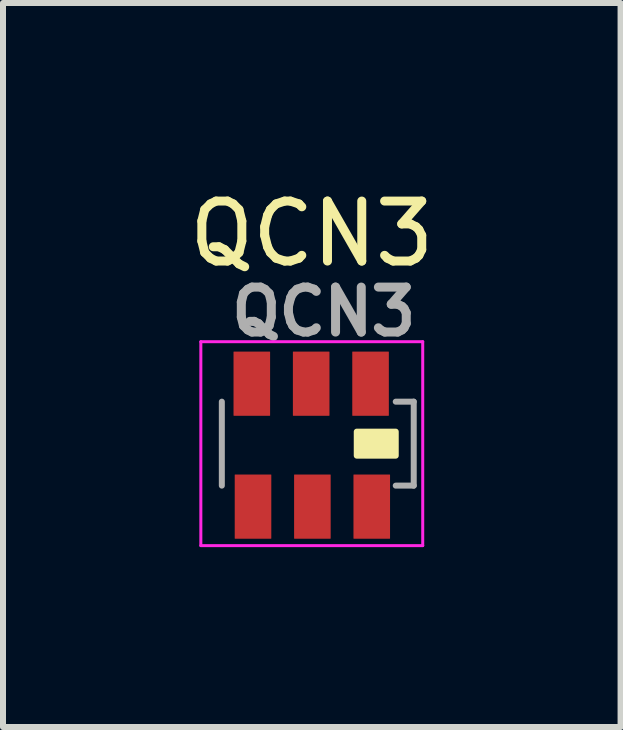
<source format=kicad_pcb>
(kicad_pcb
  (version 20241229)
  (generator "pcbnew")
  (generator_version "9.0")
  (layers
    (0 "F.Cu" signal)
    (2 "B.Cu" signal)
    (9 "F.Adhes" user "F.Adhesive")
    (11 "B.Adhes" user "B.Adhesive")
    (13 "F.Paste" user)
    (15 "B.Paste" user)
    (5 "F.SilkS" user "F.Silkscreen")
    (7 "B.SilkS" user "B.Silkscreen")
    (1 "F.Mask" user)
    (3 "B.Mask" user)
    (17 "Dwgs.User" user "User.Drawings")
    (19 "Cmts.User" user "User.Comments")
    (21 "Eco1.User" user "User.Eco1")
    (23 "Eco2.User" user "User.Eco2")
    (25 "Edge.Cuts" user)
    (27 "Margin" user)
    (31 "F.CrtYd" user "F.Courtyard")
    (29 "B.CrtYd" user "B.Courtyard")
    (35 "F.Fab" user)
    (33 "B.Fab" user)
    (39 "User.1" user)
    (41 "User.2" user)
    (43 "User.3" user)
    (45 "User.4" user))
  (footprint "QCN3"
    (layer "F.Cu")
    (at 2.149 5.348)
    (property "Reference" "QCN3" (at 0 -4.5 0) (layer "F.SilkS") (effects (font (size 1 1) (thickness 0.15))))
    (attr smd)
    (fp_rect (start 0.75 -1.2) (end 1.4 -0.8) (stroke (width 0.1) (type solid)) (fill yes) (layer "F.SilkS"))
    (fp_line (start -1.85 -2.7) (end -1.85 0.7) (stroke (width 0.05) (type solid)) (layer "F.CrtYd"))
    (fp_line (start -1.85 -2.7) (end 1.85 -2.7) (stroke (width 0.05) (type solid)) (layer "F.CrtYd"))
    (fp_line (start 1.85 0.7) (end -1.85 0.7) (stroke (width 0.05) (type solid)) (layer "F.CrtYd"))
    (fp_line (start 1.85 0.7) (end 1.85 -2.7) (stroke (width 0.05) (type solid)) (layer "F.CrtYd"))
    (fp_line (start -1.5 -0.3) (end -1.5 -1.7) (stroke (width 0.1) (type solid)) (layer "F.Fab"))
    (fp_line (start 1.4 -1.7) (end 1.7 -1.7) (stroke (width 0.1) (type solid)) (layer "F.Fab"))
    (fp_line (start 1.7 -1.7) (end 1.7 -0.3) (stroke (width 0.1) (type solid)) (layer "F.Fab"))
    (fp_line (start 1.7 -0.3) (end 1.4 -0.3) (stroke (width 0.1) (type solid)) (layer "F.Fab"))
    (fp_text user "${REFERENCE}" (at 0.2 -3.2 0) (layer "F.Fab") (effects (font (size 0.75 0.75) (thickness 0.15))))
    (pad "1" smd roundrect (at -0.98 0.05) (size 0.61 1.07) (layers "F.Cu" "F.Mask" "F.Paste") (roundrect_rratio 0.01))
    (pad "2" smd roundrect (at 0.01 0.05) (size 0.61 1.07) (layers "F.Cu" "F.Mask" "F.Paste") (roundrect_rratio 0.01))
    (pad "3" smd roundrect (at 1 0.05) (size 0.61 1.07) (layers "F.Cu" "F.Mask" "F.Paste") (roundrect_rratio 0.01))
    (pad "4" smd roundrect (at 0.98 -2) (size 0.61 1.07) (layers "F.Cu" "F.Mask" "F.Paste") (roundrect_rratio 0.01))
    (pad "5" smd roundrect (at -0.01 -2) (size 0.61 1.07) (layers "F.Cu" "F.Mask" "F.Paste") (roundrect_rratio 0.01))
    (pad "6" smd roundrect (at -1 -2) (size 0.61 1.07) (layers "F.Cu" "F.Mask" "F.Paste") (roundrect_rratio 0.01)))
  (gr_rect
    (start -3 -3)
    (end 7.298 9.073)
    (stroke (width 0.1) (type default))
    (fill no)
    (layer "Edge.Cuts")))
</source>
